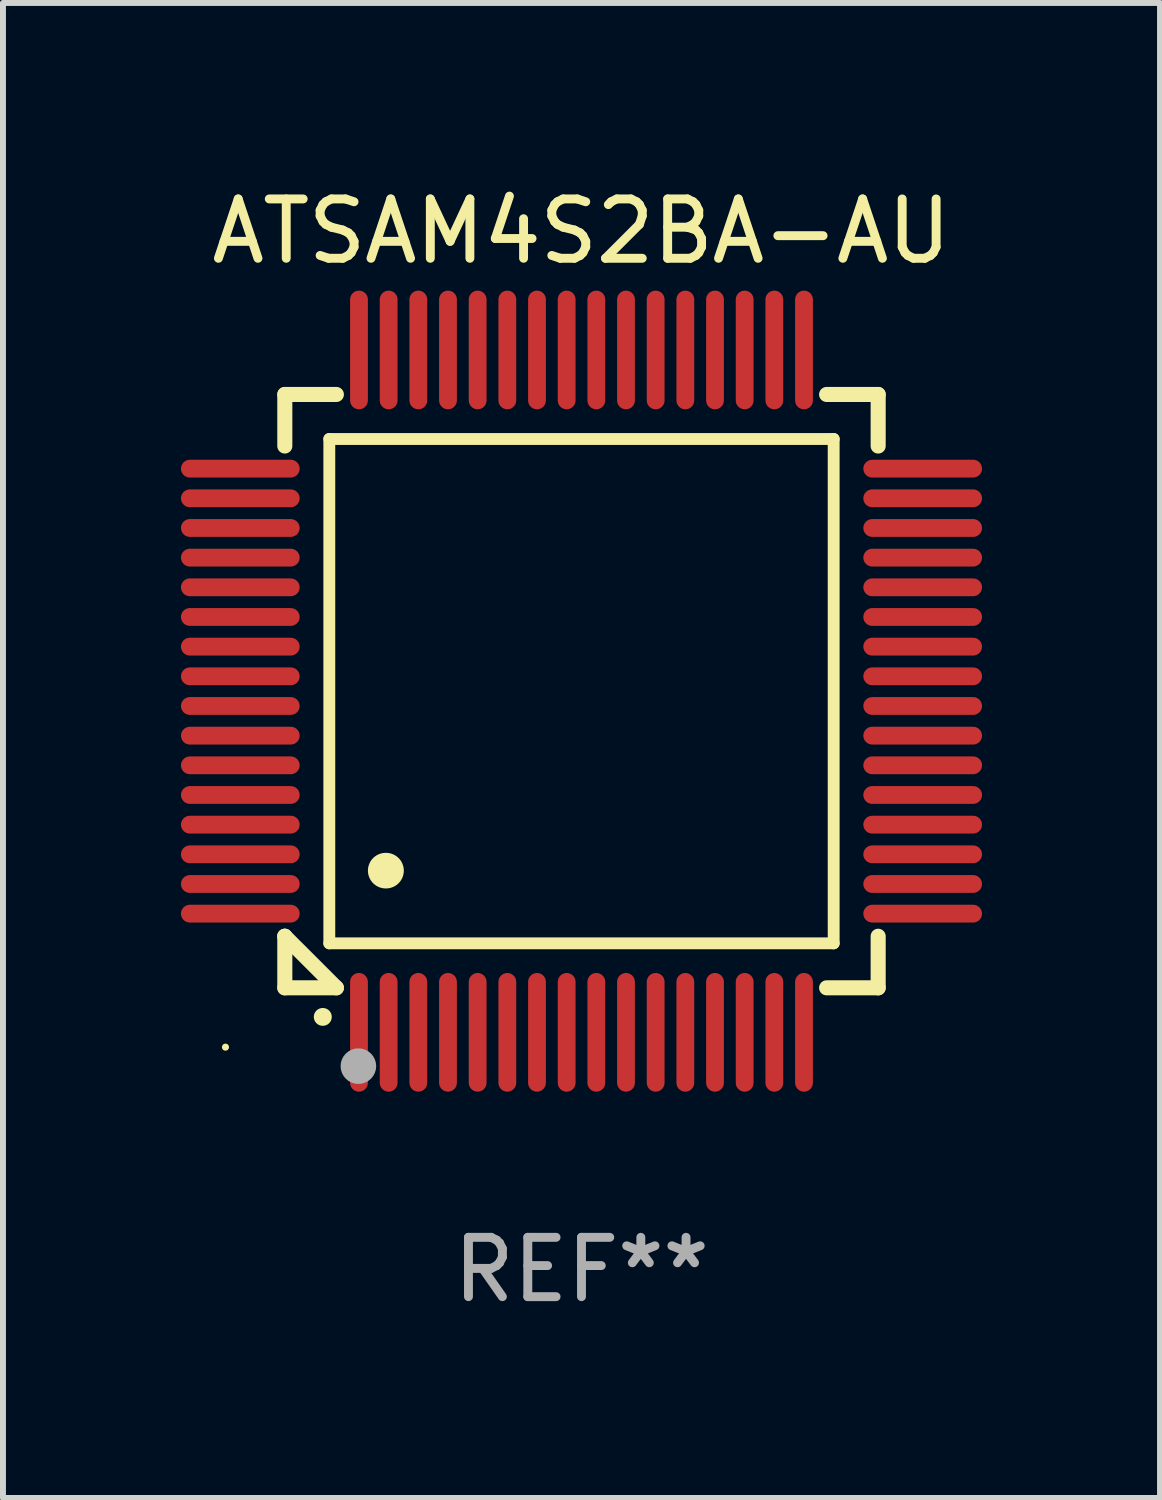
<source format=kicad_pcb>
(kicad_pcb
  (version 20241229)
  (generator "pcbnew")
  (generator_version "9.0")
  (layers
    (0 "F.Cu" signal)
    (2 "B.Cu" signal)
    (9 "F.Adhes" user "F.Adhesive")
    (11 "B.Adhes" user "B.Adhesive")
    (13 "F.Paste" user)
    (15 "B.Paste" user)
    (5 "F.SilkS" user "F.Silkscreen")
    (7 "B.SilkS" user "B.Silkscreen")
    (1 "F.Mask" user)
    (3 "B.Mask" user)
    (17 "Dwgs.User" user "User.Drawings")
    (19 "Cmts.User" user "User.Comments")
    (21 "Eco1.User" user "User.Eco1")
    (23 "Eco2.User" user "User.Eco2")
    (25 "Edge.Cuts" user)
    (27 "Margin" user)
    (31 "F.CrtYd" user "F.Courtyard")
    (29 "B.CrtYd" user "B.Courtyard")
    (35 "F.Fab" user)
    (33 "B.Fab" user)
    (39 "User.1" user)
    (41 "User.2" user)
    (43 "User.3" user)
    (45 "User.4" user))
  (footprint "ATSAM4S2BA-AU"
    (layer "F.Cu")
    (at 6.75 8.598)
    (property "Reference" "ATSAM4S2BA-AU" (at 0 -7.75 0) (layer "F.SilkS") (effects (font (size 1 1) (thickness 0.15))))
    (attr through_hole)
    (fp_line (start -5 -5) (end -4.131 -5) (stroke (width 0.254) (type solid)) (layer "F.SilkS"))
    (fp_line (start -5 -4.131) (end -5 -5) (stroke (width 0.254) (type solid)) (layer "F.SilkS"))
    (fp_line (start -5 4.131) (end -5 4.131) (stroke (width 0.254) (type solid)) (layer "F.SilkS"))
    (fp_line (start -5 5) (end -5 4.131) (stroke (width 0.254) (type solid)) (layer "F.SilkS"))
    (fp_line (start -5 4.131) (end -4.131 5) (stroke (width 0.254) (type solid)) (layer "F.SilkS"))
    (fp_line (start -4.25 -4.25) (end -4.25 4.25) (stroke (width 0.2) (type solid)) (layer "F.SilkS"))
    (fp_line (start -4.25 4.25) (end 4.25 4.25) (stroke (width 0.2) (type solid)) (layer "F.SilkS"))
    (fp_line (start -4.131 5) (end -5 5) (stroke (width 0.254) (type solid)) (layer "F.SilkS"))
    (fp_line (start 4.25 -4.25) (end -4.25 -4.25) (stroke (width 0.2) (type solid)) (layer "F.SilkS"))
    (fp_line (start 4.25 4.25) (end 4.25 -4.25) (stroke (width 0.2) (type solid)) (layer "F.SilkS"))
    (fp_line (start 5 -5) (end 4.131 -5) (stroke (width 0.254) (type solid)) (layer "F.SilkS"))
    (fp_line (start 5 -5) (end 5 -4.131) (stroke (width 0.254) (type solid)) (layer "F.SilkS"))
    (fp_line (start 5 4.131) (end 5 5) (stroke (width 0.254) (type solid)) (layer "F.SilkS"))
    (fp_line (start 5 5) (end 4.131 5) (stroke (width 0.254) (type solid)) (layer "F.SilkS"))
    (fp_arc (start -4.361265 5.489992) (mid -4.359995 5.489987) (end -4.358725 5.489992) (stroke (width 0.3) (type solid)) (layer "F.SilkS"))
    (fp_arc (start -3.299467 3.025146) (mid -3.296927 3.025135) (end -3.294387 3.025146) (stroke (width 0.6) (type solid)) (layer "F.SilkS"))
    (fp_circle (center -6 6) (end -5.97 6) (stroke (width 0.06) (type solid)) (fill no) (layer "F.SilkS"))
    (fp_circle (center -3.76 6.32) (end -3.61 6.32) (stroke (width 0.3) (type solid)) (fill no) (layer "F.Fab"))
    (fp_text user "REF**" (at 0 9.75 0) (layer "F.Fab") (effects (font (size 1 1) (thickness 0.15))))
    (pad "1" smd oval (at -3.75 5.75) (size 0.3 2) (layers "F.Cu" "F.Mask" "F.Paste"))
    (pad "2" smd oval (at -3.25 5.75) (size 0.3 2) (layers "F.Cu" "F.Mask" "F.Paste"))
    (pad "3" smd oval (at -2.75 5.75) (size 0.3 2) (layers "F.Cu" "F.Mask" "F.Paste"))
    (pad "4" smd oval (at -2.25 5.75) (size 0.3 2) (layers "F.Cu" "F.Mask" "F.Paste"))
    (pad "5" smd oval (at -1.75 5.75) (size 0.3 2) (layers "F.Cu" "F.Mask" "F.Paste"))
    (pad "6" smd oval (at -1.25 5.75) (size 0.3 2) (layers "F.Cu" "F.Mask" "F.Paste"))
    (pad "7" smd oval (at -0.75 5.75) (size 0.3 2) (layers "F.Cu" "F.Mask" "F.Paste"))
    (pad "8" smd oval (at -0.25 5.75) (size 0.3 2) (layers "F.Cu" "F.Mask" "F.Paste"))
    (pad "9" smd oval (at 0.25 5.75) (size 0.3 2) (layers "F.Cu" "F.Mask" "F.Paste"))
    (pad "10" smd oval (at 0.75 5.75) (size 0.3 2) (layers "F.Cu" "F.Mask" "F.Paste"))
    (pad "11" smd oval (at 1.25 5.75) (size 0.3 2) (layers "F.Cu" "F.Mask" "F.Paste"))
    (pad "12" smd oval (at 1.75 5.75) (size 0.3 2) (layers "F.Cu" "F.Mask" "F.Paste"))
    (pad "13" smd oval (at 2.25 5.75) (size 0.3 2) (layers "F.Cu" "F.Mask" "F.Paste"))
    (pad "14" smd oval (at 2.75 5.75) (size 0.3 2) (layers "F.Cu" "F.Mask" "F.Paste"))
    (pad "15" smd oval (at 3.25 5.75) (size 0.3 2) (layers "F.Cu" "F.Mask" "F.Paste"))
    (pad "16" smd oval (at 3.75 5.75) (size 0.3 2) (layers "F.Cu" "F.Mask" "F.Paste"))
    (pad "17" smd oval (at 5.75 3.75) (size 2 0.3) (layers "F.Cu" "F.Mask" "F.Paste"))
    (pad "18" smd oval (at 5.75 3.25) (size 2 0.3) (layers "F.Cu" "F.Mask" "F.Paste"))
    (pad "19" smd oval (at 5.75 2.75) (size 2 0.3) (layers "F.Cu" "F.Mask" "F.Paste"))
    (pad "20" smd oval (at 5.75 2.25) (size 2 0.3) (layers "F.Cu" "F.Mask" "F.Paste"))
    (pad "21" smd oval (at 5.75 1.75) (size 2 0.3) (layers "F.Cu" "F.Mask" "F.Paste"))
    (pad "22" smd oval (at 5.75 1.25) (size 2 0.3) (layers "F.Cu" "F.Mask" "F.Paste"))
    (pad "23" smd oval (at 5.75 0.75) (size 2 0.3) (layers "F.Cu" "F.Mask" "F.Paste"))
    (pad "24" smd oval (at 5.75 0.25) (size 2 0.3) (layers "F.Cu" "F.Mask" "F.Paste"))
    (pad "25" smd oval (at 5.75 -0.25) (size 2 0.3) (layers "F.Cu" "F.Mask" "F.Paste"))
    (pad "26" smd oval (at 5.75 -0.75) (size 2 0.3) (layers "F.Cu" "F.Mask" "F.Paste"))
    (pad "27" smd oval (at 5.75 -1.25) (size 2 0.3) (layers "F.Cu" "F.Mask" "F.Paste"))
    (pad "28" smd oval (at 5.75 -1.75) (size 2 0.3) (layers "F.Cu" "F.Mask" "F.Paste"))
    (pad "29" smd oval (at 5.75 -2.25) (size 2 0.3) (layers "F.Cu" "F.Mask" "F.Paste"))
    (pad "30" smd oval (at 5.75 -2.75) (size 2 0.3) (layers "F.Cu" "F.Mask" "F.Paste"))
    (pad "31" smd oval (at 5.75 -3.25) (size 2 0.3) (layers "F.Cu" "F.Mask" "F.Paste"))
    (pad "32" smd oval (at 5.75 -3.75) (size 2 0.3) (layers "F.Cu" "F.Mask" "F.Paste"))
    (pad "33" smd oval (at 3.75 -5.75) (size 0.3 2) (layers "F.Cu" "F.Mask" "F.Paste"))
    (pad "34" smd oval (at 3.25 -5.75) (size 0.3 2) (layers "F.Cu" "F.Mask" "F.Paste"))
    (pad "35" smd oval (at 2.75 -5.75) (size 0.3 2) (layers "F.Cu" "F.Mask" "F.Paste"))
    (pad "36" smd oval (at 2.25 -5.75) (size 0.3 2) (layers "F.Cu" "F.Mask" "F.Paste"))
    (pad "37" smd oval (at 1.75 -5.75) (size 0.3 2) (layers "F.Cu" "F.Mask" "F.Paste"))
    (pad "38" smd oval (at 1.25 -5.75) (size 0.3 2) (layers "F.Cu" "F.Mask" "F.Paste"))
    (pad "39" smd oval (at 0.75 -5.75) (size 0.3 2) (layers "F.Cu" "F.Mask" "F.Paste"))
    (pad "40" smd oval (at 0.25 -5.75) (size 0.3 2) (layers "F.Cu" "F.Mask" "F.Paste"))
    (pad "41" smd oval (at -0.25 -5.75) (size 0.3 2) (layers "F.Cu" "F.Mask" "F.Paste"))
    (pad "42" smd oval (at -0.75 -5.75) (size 0.3 2) (layers "F.Cu" "F.Mask" "F.Paste"))
    (pad "43" smd oval (at -1.25 -5.75) (size 0.3 2) (layers "F.Cu" "F.Mask" "F.Paste"))
    (pad "44" smd oval (at -1.75 -5.75) (size 0.3 2) (layers "F.Cu" "F.Mask" "F.Paste"))
    (pad "45" smd oval (at -2.25 -5.75) (size 0.3 2) (layers "F.Cu" "F.Mask" "F.Paste"))
    (pad "46" smd oval (at -2.75 -5.75) (size 0.3 2) (layers "F.Cu" "F.Mask" "F.Paste"))
    (pad "47" smd oval (at -3.25 -5.75) (size 0.3 2) (layers "F.Cu" "F.Mask" "F.Paste"))
    (pad "48" smd oval (at -3.75 -5.75) (size 0.3 2) (layers "F.Cu" "F.Mask" "F.Paste"))
    (pad "49" smd oval (at -5.75 -3.75) (size 2 0.3) (layers "F.Cu" "F.Mask" "F.Paste"))
    (pad "50" smd oval (at -5.75 -3.25) (size 2 0.3) (layers "F.Cu" "F.Mask" "F.Paste"))
    (pad "51" smd oval (at -5.75 -2.75) (size 2 0.3) (layers "F.Cu" "F.Mask" "F.Paste"))
    (pad "52" smd oval (at -5.75 -2.25) (size 2 0.3) (layers "F.Cu" "F.Mask" "F.Paste"))
    (pad "53" smd oval (at -5.75 -1.75) (size 2 0.3) (layers "F.Cu" "F.Mask" "F.Paste"))
    (pad "54" smd oval (at -5.75 -1.25) (size 2 0.3) (layers "F.Cu" "F.Mask" "F.Paste"))
    (pad "55" smd oval (at -5.75 -0.75) (size 2 0.3) (layers "F.Cu" "F.Mask" "F.Paste"))
    (pad "56" smd oval (at -5.75 -0.25) (size 2 0.3) (layers "F.Cu" "F.Mask" "F.Paste"))
    (pad "57" smd oval (at -5.75 0.25) (size 2 0.3) (layers "F.Cu" "F.Mask" "F.Paste"))
    (pad "58" smd oval (at -5.75 0.75) (size 2 0.3) (layers "F.Cu" "F.Mask" "F.Paste"))
    (pad "59" smd oval (at -5.75 1.25) (size 2 0.3) (layers "F.Cu" "F.Mask" "F.Paste"))
    (pad "60" smd oval (at -5.75 1.75) (size 2 0.3) (layers "F.Cu" "F.Mask" "F.Paste"))
    (pad "61" smd oval (at -5.75 2.25) (size 2 0.3) (layers "F.Cu" "F.Mask" "F.Paste"))
    (pad "62" smd oval (at -5.75 2.75) (size 2 0.3) (layers "F.Cu" "F.Mask" "F.Paste"))
    (pad "63" smd oval (at -5.75 3.25) (size 2 0.3) (layers "F.Cu" "F.Mask" "F.Paste"))
    (pad "64" smd oval (at -5.75 3.75) (size 2 0.3) (layers "F.Cu" "F.Mask" "F.Paste")))
  (gr_rect
    (start -3 -3)
    (end 16.5 22.196)
    (stroke (width 0.1) (type default))
    (fill no)
    (layer "Edge.Cuts")))
</source>
